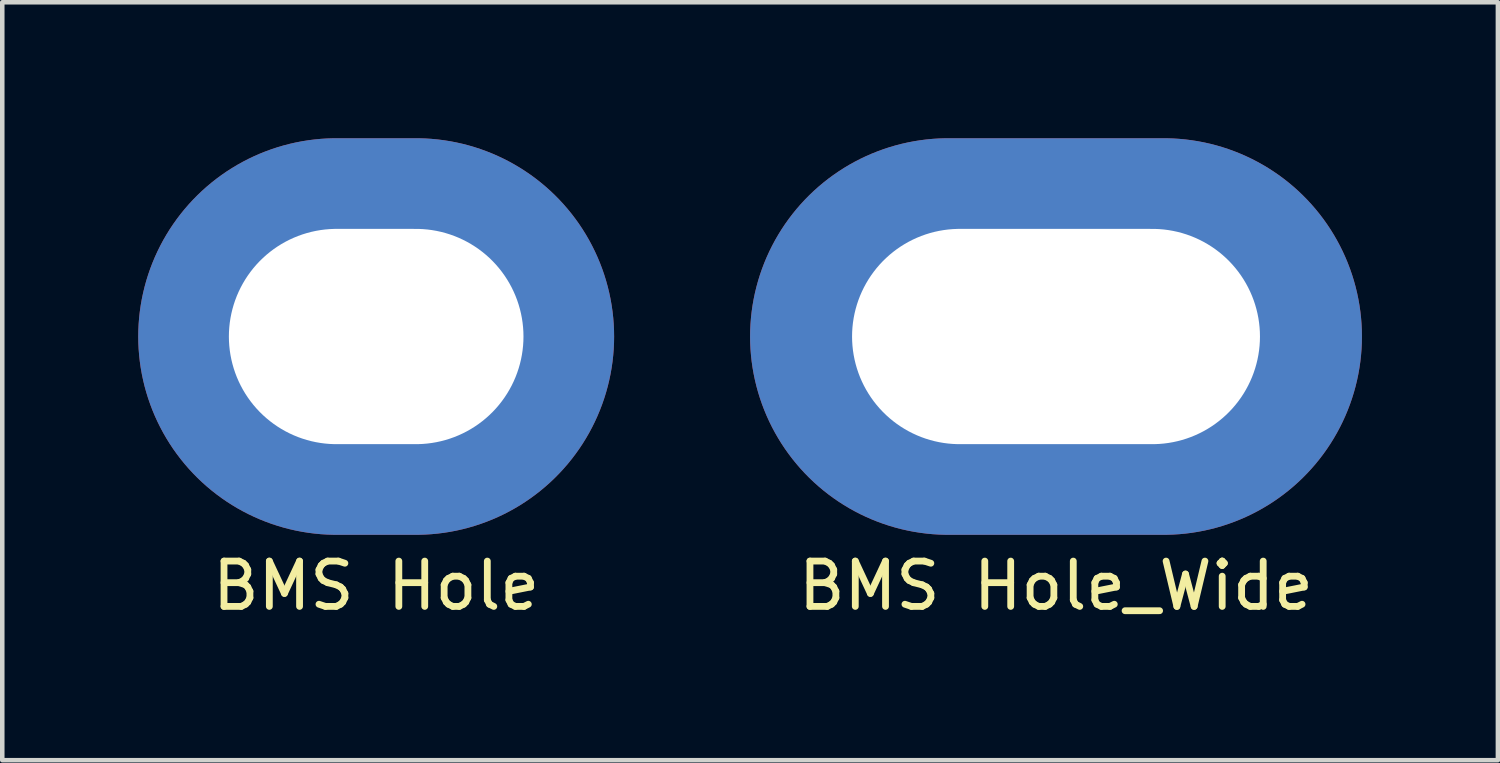
<source format=kicad_pcb>
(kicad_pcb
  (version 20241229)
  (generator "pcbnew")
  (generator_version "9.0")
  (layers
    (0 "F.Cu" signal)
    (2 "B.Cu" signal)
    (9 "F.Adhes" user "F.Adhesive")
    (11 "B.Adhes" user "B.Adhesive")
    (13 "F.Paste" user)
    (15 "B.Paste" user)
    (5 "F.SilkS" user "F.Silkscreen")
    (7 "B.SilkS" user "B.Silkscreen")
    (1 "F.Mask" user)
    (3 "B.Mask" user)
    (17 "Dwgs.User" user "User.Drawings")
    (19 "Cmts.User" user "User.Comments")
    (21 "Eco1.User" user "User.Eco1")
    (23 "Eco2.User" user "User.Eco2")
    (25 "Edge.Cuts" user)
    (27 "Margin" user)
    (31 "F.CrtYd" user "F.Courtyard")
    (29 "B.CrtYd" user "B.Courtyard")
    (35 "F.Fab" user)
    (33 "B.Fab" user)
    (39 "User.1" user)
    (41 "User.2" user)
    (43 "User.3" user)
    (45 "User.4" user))
  (footprint "BMS Hole_Wide"
    (layer "F.Cu")
    (at 20.25 4.375)
    (property "Reference" "BMS Hole_Wide" (at 0 5.5 0) (layer "F.SilkS") (effects (font (size 1 1) (thickness 0.15))))
    (attr through_hole)
    (pad "1" thru_hole oval (at 0 0) (size 13.5 8.75) (drill oval 9 4.75) (layers "*.Cu" "*.Mask")))
  (footprint "BMS Hole"
    (layer "F.Cu")
    (at 5.25 4.375)
    (property "Reference" "BMS Hole" (at 0 5.5 0) (layer "F.SilkS") (effects (font (size 1 1) (thickness 0.15))))
    (attr through_hole)
    (pad "1" thru_hole oval (at 0 0) (size 10.5 8.75) (drill oval 6.5 4.75) (layers "*.Cu" "*.Mask")))
  (gr_rect
    (start -3 -3)
    (end 30 13.723)
    (stroke (width 0.1) (type default))
    (fill no)
    (layer "Edge.Cuts")))
</source>
